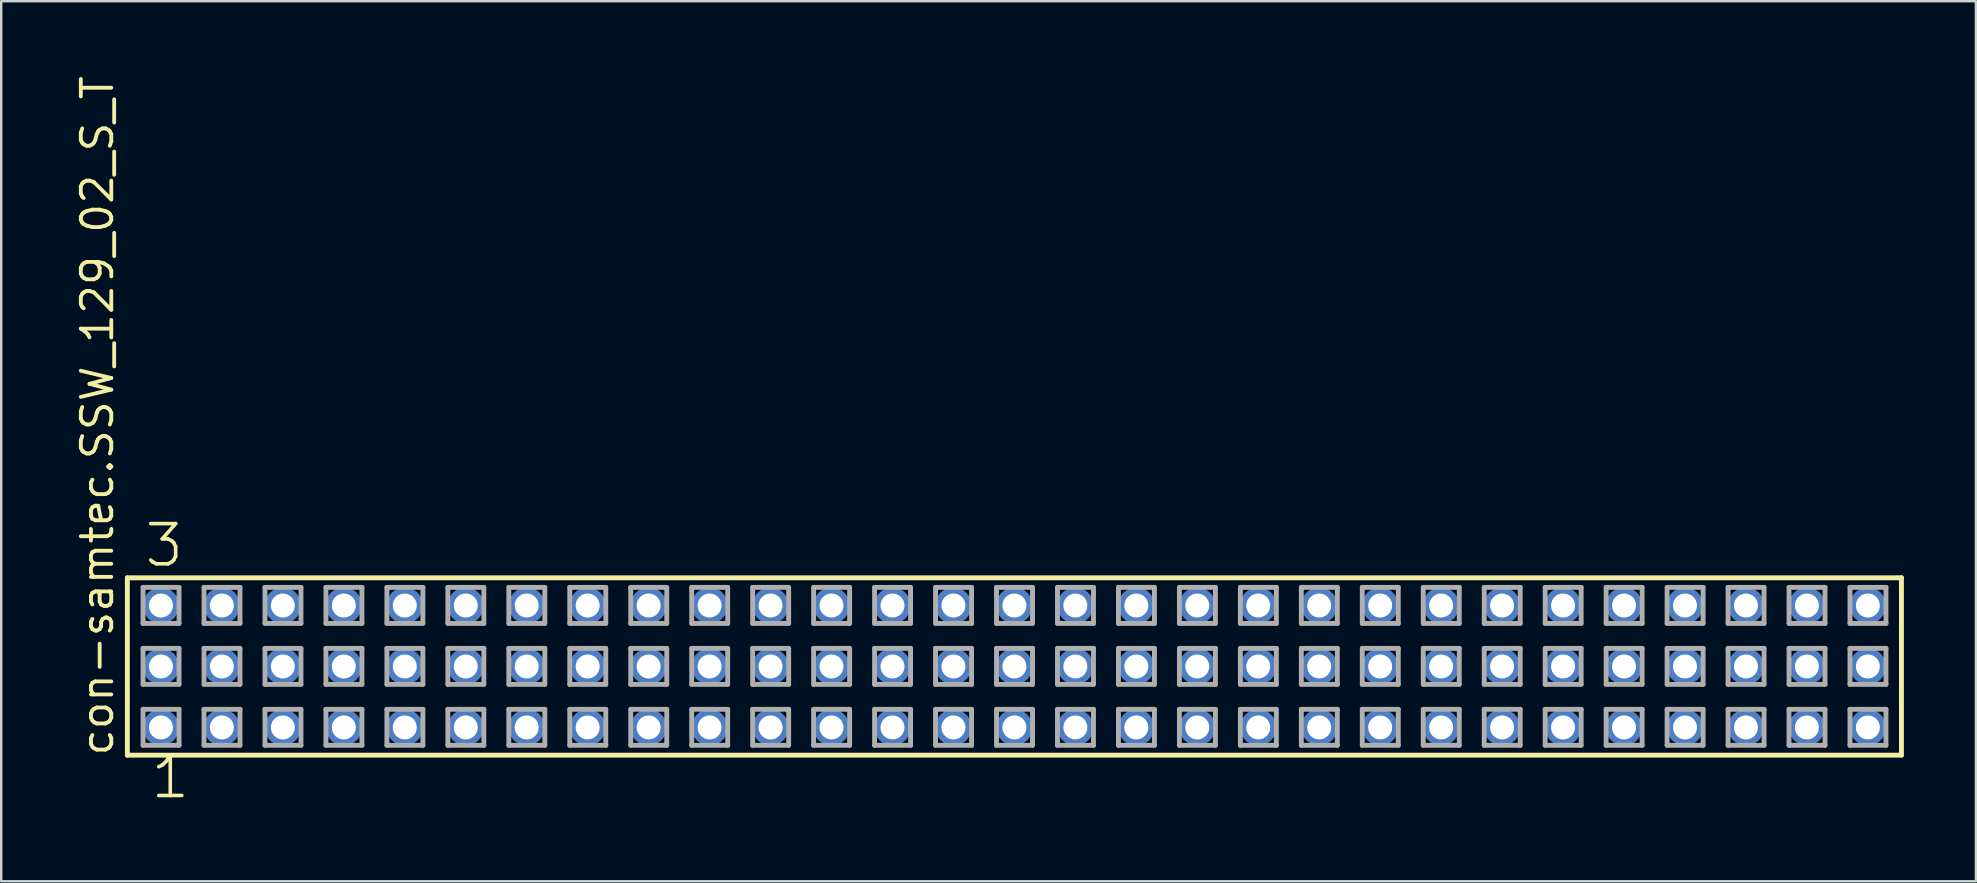
<source format=kicad_pcb>
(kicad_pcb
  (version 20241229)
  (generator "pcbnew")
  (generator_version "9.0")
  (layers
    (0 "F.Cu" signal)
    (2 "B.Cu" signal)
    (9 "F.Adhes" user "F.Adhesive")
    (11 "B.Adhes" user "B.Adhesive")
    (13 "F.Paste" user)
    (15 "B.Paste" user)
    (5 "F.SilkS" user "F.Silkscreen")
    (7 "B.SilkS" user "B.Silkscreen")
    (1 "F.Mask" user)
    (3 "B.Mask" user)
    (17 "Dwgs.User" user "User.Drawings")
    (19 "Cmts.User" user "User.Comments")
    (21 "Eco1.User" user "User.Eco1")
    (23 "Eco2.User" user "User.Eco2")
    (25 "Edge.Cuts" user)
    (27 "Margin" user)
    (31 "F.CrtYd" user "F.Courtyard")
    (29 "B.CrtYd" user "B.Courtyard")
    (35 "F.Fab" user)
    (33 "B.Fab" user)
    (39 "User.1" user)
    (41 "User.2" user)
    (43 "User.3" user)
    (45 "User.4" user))
  (footprint "con-samtec.SSW_129_02_S_T"
    (layer "F.Cu")
    (at 39.215 24.719)
    (property "Reference" "con-samtec.SSW_129_02_S_T" (at -37.465 3.81 90) (layer "F.SilkS") (effects (font (size 1.27 1.27) (thickness 0.16)) (justify left bottom)))
    (attr through_hole)
    (fp_line (start -36.959 -3.695) (end 36.959 -3.695) (stroke (width 0.203) (type default)) (layer "F.SilkS"))
    (fp_line (start -36.959 3.695) (end -36.959 -3.695) (stroke (width 0.203) (type default)) (layer "F.SilkS"))
    (fp_line (start 36.959 -3.695) (end 36.959 3.695) (stroke (width 0.203) (type default)) (layer "F.SilkS"))
    (fp_line (start 36.959 3.695) (end -36.959 3.695) (stroke (width 0.203) (type default)) (layer "F.SilkS"))
    (fp_line (start -36.305 -3.295) (end -34.805 -3.295) (stroke (width 0.203) (type default)) (layer "F.Fab"))
    (fp_line (start -36.305 -1.795) (end -36.305 -3.295) (stroke (width 0.203) (type default)) (layer "F.Fab"))
    (fp_line (start -36.305 -0.755) (end -34.805 -0.755) (stroke (width 0.203) (type default)) (layer "F.Fab"))
    (fp_line (start -36.305 0.745) (end -36.305 -0.755) (stroke (width 0.203) (type default)) (layer "F.Fab"))
    (fp_line (start -36.305 1.785) (end -34.805 1.785) (stroke (width 0.203) (type default)) (layer "F.Fab"))
    (fp_line (start -36.305 3.285) (end -36.305 1.785) (stroke (width 0.203) (type default)) (layer "F.Fab"))
    (fp_line (start -34.805 -3.295) (end -34.805 -1.795) (stroke (width 0.203) (type default)) (layer "F.Fab"))
    (fp_line (start -34.805 -1.795) (end -36.305 -1.795) (stroke (width 0.203) (type default)) (layer "F.Fab"))
    (fp_line (start -34.805 -0.755) (end -34.805 0.745) (stroke (width 0.203) (type default)) (layer "F.Fab"))
    (fp_line (start -34.805 0.745) (end -36.305 0.745) (stroke (width 0.203) (type default)) (layer "F.Fab"))
    (fp_line (start -34.805 1.785) (end -34.805 3.285) (stroke (width 0.203) (type default)) (layer "F.Fab"))
    (fp_line (start -34.805 3.285) (end -36.305 3.285) (stroke (width 0.203) (type default)) (layer "F.Fab"))
    (fp_line (start -33.765 -3.295) (end -32.265 -3.295) (stroke (width 0.203) (type default)) (layer "F.Fab"))
    (fp_line (start -33.765 -1.795) (end -33.765 -3.295) (stroke (width 0.203) (type default)) (layer "F.Fab"))
    (fp_line (start -33.765 -0.755) (end -32.265 -0.755) (stroke (width 0.203) (type default)) (layer "F.Fab"))
    (fp_line (start -33.765 0.745) (end -33.765 -0.755) (stroke (width 0.203) (type default)) (layer "F.Fab"))
    (fp_line (start -33.765 1.785) (end -32.265 1.785) (stroke (width 0.203) (type default)) (layer "F.Fab"))
    (fp_line (start -33.765 3.285) (end -33.765 1.785) (stroke (width 0.203) (type default)) (layer "F.Fab"))
    (fp_line (start -32.265 -3.295) (end -32.265 -1.795) (stroke (width 0.203) (type default)) (layer "F.Fab"))
    (fp_line (start -32.265 -1.795) (end -33.765 -1.795) (stroke (width 0.203) (type default)) (layer "F.Fab"))
    (fp_line (start -32.265 -0.755) (end -32.265 0.745) (stroke (width 0.203) (type default)) (layer "F.Fab"))
    (fp_line (start -32.265 0.745) (end -33.765 0.745) (stroke (width 0.203) (type default)) (layer "F.Fab"))
    (fp_line (start -32.265 1.785) (end -32.265 3.285) (stroke (width 0.203) (type default)) (layer "F.Fab"))
    (fp_line (start -32.265 3.285) (end -33.765 3.285) (stroke (width 0.203) (type default)) (layer "F.Fab"))
    (fp_line (start -31.225 -3.295) (end -29.725 -3.295) (stroke (width 0.203) (type default)) (layer "F.Fab"))
    (fp_line (start -31.225 -1.795) (end -31.225 -3.295) (stroke (width 0.203) (type default)) (layer "F.Fab"))
    (fp_line (start -31.225 -0.755) (end -29.725 -0.755) (stroke (width 0.203) (type default)) (layer "F.Fab"))
    (fp_line (start -31.225 0.745) (end -31.225 -0.755) (stroke (width 0.203) (type default)) (layer "F.Fab"))
    (fp_line (start -31.225 1.785) (end -29.725 1.785) (stroke (width 0.203) (type default)) (layer "F.Fab"))
    (fp_line (start -31.225 3.285) (end -31.225 1.785) (stroke (width 0.203) (type default)) (layer "F.Fab"))
    (fp_line (start -29.725 -3.295) (end -29.725 -1.795) (stroke (width 0.203) (type default)) (layer "F.Fab"))
    (fp_line (start -29.725 -1.795) (end -31.225 -1.795) (stroke (width 0.203) (type default)) (layer "F.Fab"))
    (fp_line (start -29.725 -0.755) (end -29.725 0.745) (stroke (width 0.203) (type default)) (layer "F.Fab"))
    (fp_line (start -29.725 0.745) (end -31.225 0.745) (stroke (width 0.203) (type default)) (layer "F.Fab"))
    (fp_line (start -29.725 1.785) (end -29.725 3.285) (stroke (width 0.203) (type default)) (layer "F.Fab"))
    (fp_line (start -29.725 3.285) (end -31.225 3.285) (stroke (width 0.203) (type default)) (layer "F.Fab"))
    (fp_line (start -28.685 -3.295) (end -27.185 -3.295) (stroke (width 0.203) (type default)) (layer "F.Fab"))
    (fp_line (start -28.685 -1.795) (end -28.685 -3.295) (stroke (width 0.203) (type default)) (layer "F.Fab"))
    (fp_line (start -28.685 -0.755) (end -27.185 -0.755) (stroke (width 0.203) (type default)) (layer "F.Fab"))
    (fp_line (start -28.685 0.745) (end -28.685 -0.755) (stroke (width 0.203) (type default)) (layer "F.Fab"))
    (fp_line (start -28.685 1.785) (end -27.185 1.785) (stroke (width 0.203) (type default)) (layer "F.Fab"))
    (fp_line (start -28.685 3.285) (end -28.685 1.785) (stroke (width 0.203) (type default)) (layer "F.Fab"))
    (fp_line (start -27.185 -3.295) (end -27.185 -1.795) (stroke (width 0.203) (type default)) (layer "F.Fab"))
    (fp_line (start -27.185 -1.795) (end -28.685 -1.795) (stroke (width 0.203) (type default)) (layer "F.Fab"))
    (fp_line (start -27.185 -0.755) (end -27.185 0.745) (stroke (width 0.203) (type default)) (layer "F.Fab"))
    (fp_line (start -27.185 0.745) (end -28.685 0.745) (stroke (width 0.203) (type default)) (layer "F.Fab"))
    (fp_line (start -27.185 1.785) (end -27.185 3.285) (stroke (width 0.203) (type default)) (layer "F.Fab"))
    (fp_line (start -27.185 3.285) (end -28.685 3.285) (stroke (width 0.203) (type default)) (layer "F.Fab"))
    (fp_line (start -26.145 -3.295) (end -24.645 -3.295) (stroke (width 0.203) (type default)) (layer "F.Fab"))
    (fp_line (start -26.145 -1.795) (end -26.145 -3.295) (stroke (width 0.203) (type default)) (layer "F.Fab"))
    (fp_line (start -26.145 -0.755) (end -24.645 -0.755) (stroke (width 0.203) (type default)) (layer "F.Fab"))
    (fp_line (start -26.145 0.745) (end -26.145 -0.755) (stroke (width 0.203) (type default)) (layer "F.Fab"))
    (fp_line (start -26.145 1.785) (end -24.645 1.785) (stroke (width 0.203) (type default)) (layer "F.Fab"))
    (fp_line (start -26.145 3.285) (end -26.145 1.785) (stroke (width 0.203) (type default)) (layer "F.Fab"))
    (fp_line (start -24.645 -3.295) (end -24.645 -1.795) (stroke (width 0.203) (type default)) (layer "F.Fab"))
    (fp_line (start -24.645 -1.795) (end -26.145 -1.795) (stroke (width 0.203) (type default)) (layer "F.Fab"))
    (fp_line (start -24.645 -0.755) (end -24.645 0.745) (stroke (width 0.203) (type default)) (layer "F.Fab"))
    (fp_line (start -24.645 0.745) (end -26.145 0.745) (stroke (width 0.203) (type default)) (layer "F.Fab"))
    (fp_line (start -24.645 1.785) (end -24.645 3.285) (stroke (width 0.203) (type default)) (layer "F.Fab"))
    (fp_line (start -24.645 3.285) (end -26.145 3.285) (stroke (width 0.203) (type default)) (layer "F.Fab"))
    (fp_line (start -23.605 -3.295) (end -22.105 -3.295) (stroke (width 0.203) (type default)) (layer "F.Fab"))
    (fp_line (start -23.605 -1.795) (end -23.605 -3.295) (stroke (width 0.203) (type default)) (layer "F.Fab"))
    (fp_line (start -23.605 -0.755) (end -22.105 -0.755) (stroke (width 0.203) (type default)) (layer "F.Fab"))
    (fp_line (start -23.605 0.745) (end -23.605 -0.755) (stroke (width 0.203) (type default)) (layer "F.Fab"))
    (fp_line (start -23.605 1.785) (end -22.105 1.785) (stroke (width 0.203) (type default)) (layer "F.Fab"))
    (fp_line (start -23.605 3.285) (end -23.605 1.785) (stroke (width 0.203) (type default)) (layer "F.Fab"))
    (fp_line (start -22.105 -3.295) (end -22.105 -1.795) (stroke (width 0.203) (type default)) (layer "F.Fab"))
    (fp_line (start -22.105 -1.795) (end -23.605 -1.795) (stroke (width 0.203) (type default)) (layer "F.Fab"))
    (fp_line (start -22.105 -0.755) (end -22.105 0.745) (stroke (width 0.203) (type default)) (layer "F.Fab"))
    (fp_line (start -22.105 0.745) (end -23.605 0.745) (stroke (width 0.203) (type default)) (layer "F.Fab"))
    (fp_line (start -22.105 1.785) (end -22.105 3.285) (stroke (width 0.203) (type default)) (layer "F.Fab"))
    (fp_line (start -22.105 3.285) (end -23.605 3.285) (stroke (width 0.203) (type default)) (layer "F.Fab"))
    (fp_line (start -21.065 -3.295) (end -19.565 -3.295) (stroke (width 0.203) (type default)) (layer "F.Fab"))
    (fp_line (start -21.065 -1.795) (end -21.065 -3.295) (stroke (width 0.203) (type default)) (layer "F.Fab"))
    (fp_line (start -21.065 -0.755) (end -19.565 -0.755) (stroke (width 0.203) (type default)) (layer "F.Fab"))
    (fp_line (start -21.065 0.745) (end -21.065 -0.755) (stroke (width 0.203) (type default)) (layer "F.Fab"))
    (fp_line (start -21.065 1.785) (end -19.565 1.785) (stroke (width 0.203) (type default)) (layer "F.Fab"))
    (fp_line (start -21.065 3.285) (end -21.065 1.785) (stroke (width 0.203) (type default)) (layer "F.Fab"))
    (fp_line (start -19.565 -3.295) (end -19.565 -1.795) (stroke (width 0.203) (type default)) (layer "F.Fab"))
    (fp_line (start -19.565 -1.795) (end -21.065 -1.795) (stroke (width 0.203) (type default)) (layer "F.Fab"))
    (fp_line (start -19.565 -0.755) (end -19.565 0.745) (stroke (width 0.203) (type default)) (layer "F.Fab"))
    (fp_line (start -19.565 0.745) (end -21.065 0.745) (stroke (width 0.203) (type default)) (layer "F.Fab"))
    (fp_line (start -19.565 1.785) (end -19.565 3.285) (stroke (width 0.203) (type default)) (layer "F.Fab"))
    (fp_line (start -19.565 3.285) (end -21.065 3.285) (stroke (width 0.203) (type default)) (layer "F.Fab"))
    (fp_line (start -18.525 -3.295) (end -17.025 -3.295) (stroke (width 0.203) (type default)) (layer "F.Fab"))
    (fp_line (start -18.525 -1.795) (end -18.525 -3.295) (stroke (width 0.203) (type default)) (layer "F.Fab"))
    (fp_line (start -18.525 -0.755) (end -17.025 -0.755) (stroke (width 0.203) (type default)) (layer "F.Fab"))
    (fp_line (start -18.525 0.745) (end -18.525 -0.755) (stroke (width 0.203) (type default)) (layer "F.Fab"))
    (fp_line (start -18.525 1.785) (end -17.025 1.785) (stroke (width 0.203) (type default)) (layer "F.Fab"))
    (fp_line (start -18.525 3.285) (end -18.525 1.785) (stroke (width 0.203) (type default)) (layer "F.Fab"))
    (fp_line (start -17.025 -3.295) (end -17.025 -1.795) (stroke (width 0.203) (type default)) (layer "F.Fab"))
    (fp_line (start -17.025 -1.795) (end -18.525 -1.795) (stroke (width 0.203) (type default)) (layer "F.Fab"))
    (fp_line (start -17.025 -0.755) (end -17.025 0.745) (stroke (width 0.203) (type default)) (layer "F.Fab"))
    (fp_line (start -17.025 0.745) (end -18.525 0.745) (stroke (width 0.203) (type default)) (layer "F.Fab"))
    (fp_line (start -17.025 1.785) (end -17.025 3.285) (stroke (width 0.203) (type default)) (layer "F.Fab"))
    (fp_line (start -17.025 3.285) (end -18.525 3.285) (stroke (width 0.203) (type default)) (layer "F.Fab"))
    (fp_line (start -15.985 -3.295) (end -14.485 -3.295) (stroke (width 0.203) (type default)) (layer "F.Fab"))
    (fp_line (start -15.985 -1.795) (end -15.985 -3.295) (stroke (width 0.203) (type default)) (layer "F.Fab"))
    (fp_line (start -15.985 -0.755) (end -14.485 -0.755) (stroke (width 0.203) (type default)) (layer "F.Fab"))
    (fp_line (start -15.985 0.745) (end -15.985 -0.755) (stroke (width 0.203) (type default)) (layer "F.Fab"))
    (fp_line (start -15.985 1.785) (end -14.485 1.785) (stroke (width 0.203) (type default)) (layer "F.Fab"))
    (fp_line (start -15.985 3.285) (end -15.985 1.785) (stroke (width 0.203) (type default)) (layer "F.Fab"))
    (fp_line (start -14.485 -3.295) (end -14.485 -1.795) (stroke (width 0.203) (type default)) (layer "F.Fab"))
    (fp_line (start -14.485 -1.795) (end -15.985 -1.795) (stroke (width 0.203) (type default)) (layer "F.Fab"))
    (fp_line (start -14.485 -0.755) (end -14.485 0.745) (stroke (width 0.203) (type default)) (layer "F.Fab"))
    (fp_line (start -14.485 0.745) (end -15.985 0.745) (stroke (width 0.203) (type default)) (layer "F.Fab"))
    (fp_line (start -14.485 1.785) (end -14.485 3.285) (stroke (width 0.203) (type default)) (layer "F.Fab"))
    (fp_line (start -14.485 3.285) (end -15.985 3.285) (stroke (width 0.203) (type default)) (layer "F.Fab"))
    (fp_line (start -13.445 -3.295) (end -11.945 -3.295) (stroke (width 0.203) (type default)) (layer "F.Fab"))
    (fp_line (start -13.445 -1.795) (end -13.445 -3.295) (stroke (width 0.203) (type default)) (layer "F.Fab"))
    (fp_line (start -13.445 -0.755) (end -11.945 -0.755) (stroke (width 0.203) (type default)) (layer "F.Fab"))
    (fp_line (start -13.445 0.745) (end -13.445 -0.755) (stroke (width 0.203) (type default)) (layer "F.Fab"))
    (fp_line (start -13.445 1.785) (end -11.945 1.785) (stroke (width 0.203) (type default)) (layer "F.Fab"))
    (fp_line (start -13.445 3.285) (end -13.445 1.785) (stroke (width 0.203) (type default)) (layer "F.Fab"))
    (fp_line (start -11.945 -3.295) (end -11.945 -1.795) (stroke (width 0.203) (type default)) (layer "F.Fab"))
    (fp_line (start -11.945 -1.795) (end -13.445 -1.795) (stroke (width 0.203) (type default)) (layer "F.Fab"))
    (fp_line (start -11.945 -0.755) (end -11.945 0.745) (stroke (width 0.203) (type default)) (layer "F.Fab"))
    (fp_line (start -11.945 0.745) (end -13.445 0.745) (stroke (width 0.203) (type default)) (layer "F.Fab"))
    (fp_line (start -11.945 1.785) (end -11.945 3.285) (stroke (width 0.203) (type default)) (layer "F.Fab"))
    (fp_line (start -11.945 3.285) (end -13.445 3.285) (stroke (width 0.203) (type default)) (layer "F.Fab"))
    (fp_line (start -10.905 -3.295) (end -9.405 -3.295) (stroke (width 0.203) (type default)) (layer "F.Fab"))
    (fp_line (start -10.905 -1.795) (end -10.905 -3.295) (stroke (width 0.203) (type default)) (layer "F.Fab"))
    (fp_line (start -10.905 -0.755) (end -9.405 -0.755) (stroke (width 0.203) (type default)) (layer "F.Fab"))
    (fp_line (start -10.905 0.745) (end -10.905 -0.755) (stroke (width 0.203) (type default)) (layer "F.Fab"))
    (fp_line (start -10.905 1.785) (end -9.405 1.785) (stroke (width 0.203) (type default)) (layer "F.Fab"))
    (fp_line (start -10.905 3.285) (end -10.905 1.785) (stroke (width 0.203) (type default)) (layer "F.Fab"))
    (fp_line (start -9.405 -3.295) (end -9.405 -1.795) (stroke (width 0.203) (type default)) (layer "F.Fab"))
    (fp_line (start -9.405 -1.795) (end -10.905 -1.795) (stroke (width 0.203) (type default)) (layer "F.Fab"))
    (fp_line (start -9.405 -0.755) (end -9.405 0.745) (stroke (width 0.203) (type default)) (layer "F.Fab"))
    (fp_line (start -9.405 0.745) (end -10.905 0.745) (stroke (width 0.203) (type default)) (layer "F.Fab"))
    (fp_line (start -9.405 1.785) (end -9.405 3.285) (stroke (width 0.203) (type default)) (layer "F.Fab"))
    (fp_line (start -9.405 3.285) (end -10.905 3.285) (stroke (width 0.203) (type default)) (layer "F.Fab"))
    (fp_line (start -8.365 -3.295) (end -6.865 -3.295) (stroke (width 0.203) (type default)) (layer "F.Fab"))
    (fp_line (start -8.365 -1.795) (end -8.365 -3.295) (stroke (width 0.203) (type default)) (layer "F.Fab"))
    (fp_line (start -8.365 -0.755) (end -6.865 -0.755) (stroke (width 0.203) (type default)) (layer "F.Fab"))
    (fp_line (start -8.365 0.745) (end -8.365 -0.755) (stroke (width 0.203) (type default)) (layer "F.Fab"))
    (fp_line (start -8.365 1.785) (end -6.865 1.785) (stroke (width 0.203) (type default)) (layer "F.Fab"))
    (fp_line (start -8.365 3.285) (end -8.365 1.785) (stroke (width 0.203) (type default)) (layer "F.Fab"))
    (fp_line (start -6.865 -3.295) (end -6.865 -1.795) (stroke (width 0.203) (type default)) (layer "F.Fab"))
    (fp_line (start -6.865 -1.795) (end -8.365 -1.795) (stroke (width 0.203) (type default)) (layer "F.Fab"))
    (fp_line (start -6.865 -0.755) (end -6.865 0.745) (stroke (width 0.203) (type default)) (layer "F.Fab"))
    (fp_line (start -6.865 0.745) (end -8.365 0.745) (stroke (width 0.203) (type default)) (layer "F.Fab"))
    (fp_line (start -6.865 1.785) (end -6.865 3.285) (stroke (width 0.203) (type default)) (layer "F.Fab"))
    (fp_line (start -6.865 3.285) (end -8.365 3.285) (stroke (width 0.203) (type default)) (layer "F.Fab"))
    (fp_line (start -5.825 -3.295) (end -4.325 -3.295) (stroke (width 0.203) (type default)) (layer "F.Fab"))
    (fp_line (start -5.825 -1.795) (end -5.825 -3.295) (stroke (width 0.203) (type default)) (layer "F.Fab"))
    (fp_line (start -5.825 -0.755) (end -4.325 -0.755) (stroke (width 0.203) (type default)) (layer "F.Fab"))
    (fp_line (start -5.825 0.745) (end -5.825 -0.755) (stroke (width 0.203) (type default)) (layer "F.Fab"))
    (fp_line (start -5.825 1.785) (end -4.325 1.785) (stroke (width 0.203) (type default)) (layer "F.Fab"))
    (fp_line (start -5.825 3.285) (end -5.825 1.785) (stroke (width 0.203) (type default)) (layer "F.Fab"))
    (fp_line (start -4.325 -3.295) (end -4.325 -1.795) (stroke (width 0.203) (type default)) (layer "F.Fab"))
    (fp_line (start -4.325 -1.795) (end -5.825 -1.795) (stroke (width 0.203) (type default)) (layer "F.Fab"))
    (fp_line (start -4.325 -0.755) (end -4.325 0.745) (stroke (width 0.203) (type default)) (layer "F.Fab"))
    (fp_line (start -4.325 0.745) (end -5.825 0.745) (stroke (width 0.203) (type default)) (layer "F.Fab"))
    (fp_line (start -4.325 1.785) (end -4.325 3.285) (stroke (width 0.203) (type default)) (layer "F.Fab"))
    (fp_line (start -4.325 3.285) (end -5.825 3.285) (stroke (width 0.203) (type default)) (layer "F.Fab"))
    (fp_line (start -3.285 -3.295) (end -1.785 -3.295) (stroke (width 0.203) (type default)) (layer "F.Fab"))
    (fp_line (start -3.285 -1.795) (end -3.285 -3.295) (stroke (width 0.203) (type default)) (layer "F.Fab"))
    (fp_line (start -3.285 -0.755) (end -1.785 -0.755) (stroke (width 0.203) (type default)) (layer "F.Fab"))
    (fp_line (start -3.285 0.745) (end -3.285 -0.755) (stroke (width 0.203) (type default)) (layer "F.Fab"))
    (fp_line (start -3.285 1.785) (end -1.785 1.785) (stroke (width 0.203) (type default)) (layer "F.Fab"))
    (fp_line (start -3.285 3.285) (end -3.285 1.785) (stroke (width 0.203) (type default)) (layer "F.Fab"))
    (fp_line (start -1.785 -3.295) (end -1.785 -1.795) (stroke (width 0.203) (type default)) (layer "F.Fab"))
    (fp_line (start -1.785 -1.795) (end -3.285 -1.795) (stroke (width 0.203) (type default)) (layer "F.Fab"))
    (fp_line (start -1.785 -0.755) (end -1.785 0.745) (stroke (width 0.203) (type default)) (layer "F.Fab"))
    (fp_line (start -1.785 0.745) (end -3.285 0.745) (stroke (width 0.203) (type default)) (layer "F.Fab"))
    (fp_line (start -1.785 1.785) (end -1.785 3.285) (stroke (width 0.203) (type default)) (layer "F.Fab"))
    (fp_line (start -1.785 3.285) (end -3.285 3.285) (stroke (width 0.203) (type default)) (layer "F.Fab"))
    (fp_line (start -0.745 -3.295) (end 0.755 -3.295) (stroke (width 0.203) (type default)) (layer "F.Fab"))
    (fp_line (start -0.745 -1.795) (end -0.745 -3.295) (stroke (width 0.203) (type default)) (layer "F.Fab"))
    (fp_line (start -0.745 -0.755) (end 0.755 -0.755) (stroke (width 0.203) (type default)) (layer "F.Fab"))
    (fp_line (start -0.745 0.745) (end -0.745 -0.755) (stroke (width 0.203) (type default)) (layer "F.Fab"))
    (fp_line (start -0.745 1.785) (end 0.755 1.785) (stroke (width 0.203) (type default)) (layer "F.Fab"))
    (fp_line (start -0.745 3.285) (end -0.745 1.785) (stroke (width 0.203) (type default)) (layer "F.Fab"))
    (fp_line (start 0.755 -3.295) (end 0.755 -1.795) (stroke (width 0.203) (type default)) (layer "F.Fab"))
    (fp_line (start 0.755 -1.795) (end -0.745 -1.795) (stroke (width 0.203) (type default)) (layer "F.Fab"))
    (fp_line (start 0.755 -0.755) (end 0.755 0.745) (stroke (width 0.203) (type default)) (layer "F.Fab"))
    (fp_line (start 0.755 0.745) (end -0.745 0.745) (stroke (width 0.203) (type default)) (layer "F.Fab"))
    (fp_line (start 0.755 1.785) (end 0.755 3.285) (stroke (width 0.203) (type default)) (layer "F.Fab"))
    (fp_line (start 0.755 3.285) (end -0.745 3.285) (stroke (width 0.203) (type default)) (layer "F.Fab"))
    (fp_line (start 1.795 -3.295) (end 3.295 -3.295) (stroke (width 0.203) (type default)) (layer "F.Fab"))
    (fp_line (start 1.795 -1.795) (end 1.795 -3.295) (stroke (width 0.203) (type default)) (layer "F.Fab"))
    (fp_line (start 1.795 -0.755) (end 3.295 -0.755) (stroke (width 0.203) (type default)) (layer "F.Fab"))
    (fp_line (start 1.795 0.745) (end 1.795 -0.755) (stroke (width 0.203) (type default)) (layer "F.Fab"))
    (fp_line (start 1.795 1.785) (end 3.295 1.785) (stroke (width 0.203) (type default)) (layer "F.Fab"))
    (fp_line (start 1.795 3.285) (end 1.795 1.785) (stroke (width 0.203) (type default)) (layer "F.Fab"))
    (fp_line (start 3.295 -3.295) (end 3.295 -1.795) (stroke (width 0.203) (type default)) (layer "F.Fab"))
    (fp_line (start 3.295 -1.795) (end 1.795 -1.795) (stroke (width 0.203) (type default)) (layer "F.Fab"))
    (fp_line (start 3.295 -0.755) (end 3.295 0.745) (stroke (width 0.203) (type default)) (layer "F.Fab"))
    (fp_line (start 3.295 0.745) (end 1.795 0.745) (stroke (width 0.203) (type default)) (layer "F.Fab"))
    (fp_line (start 3.295 1.785) (end 3.295 3.285) (stroke (width 0.203) (type default)) (layer "F.Fab"))
    (fp_line (start 3.295 3.285) (end 1.795 3.285) (stroke (width 0.203) (type default)) (layer "F.Fab"))
    (fp_line (start 4.335 -3.295) (end 5.835 -3.295) (stroke (width 0.203) (type default)) (layer "F.Fab"))
    (fp_line (start 4.335 -1.795) (end 4.335 -3.295) (stroke (width 0.203) (type default)) (layer "F.Fab"))
    (fp_line (start 4.335 -0.755) (end 5.835 -0.755) (stroke (width 0.203) (type default)) (layer "F.Fab"))
    (fp_line (start 4.335 0.745) (end 4.335 -0.755) (stroke (width 0.203) (type default)) (layer "F.Fab"))
    (fp_line (start 4.335 1.785) (end 5.835 1.785) (stroke (width 0.203) (type default)) (layer "F.Fab"))
    (fp_line (start 4.335 3.285) (end 4.335 1.785) (stroke (width 0.203) (type default)) (layer "F.Fab"))
    (fp_line (start 5.835 -3.295) (end 5.835 -1.795) (stroke (width 0.203) (type default)) (layer "F.Fab"))
    (fp_line (start 5.835 -1.795) (end 4.335 -1.795) (stroke (width 0.203) (type default)) (layer "F.Fab"))
    (fp_line (start 5.835 -0.755) (end 5.835 0.745) (stroke (width 0.203) (type default)) (layer "F.Fab"))
    (fp_line (start 5.835 0.745) (end 4.335 0.745) (stroke (width 0.203) (type default)) (layer "F.Fab"))
    (fp_line (start 5.835 1.785) (end 5.835 3.285) (stroke (width 0.203) (type default)) (layer "F.Fab"))
    (fp_line (start 5.835 3.285) (end 4.335 3.285) (stroke (width 0.203) (type default)) (layer "F.Fab"))
    (fp_line (start 6.875 -3.295) (end 8.375 -3.295) (stroke (width 0.203) (type default)) (layer "F.Fab"))
    (fp_line (start 6.875 -1.795) (end 6.875 -3.295) (stroke (width 0.203) (type default)) (layer "F.Fab"))
    (fp_line (start 6.875 -0.755) (end 8.375 -0.755) (stroke (width 0.203) (type default)) (layer "F.Fab"))
    (fp_line (start 6.875 0.745) (end 6.875 -0.755) (stroke (width 0.203) (type default)) (layer "F.Fab"))
    (fp_line (start 6.875 1.785) (end 8.375 1.785) (stroke (width 0.203) (type default)) (layer "F.Fab"))
    (fp_line (start 6.875 3.285) (end 6.875 1.785) (stroke (width 0.203) (type default)) (layer "F.Fab"))
    (fp_line (start 8.375 -3.295) (end 8.375 -1.795) (stroke (width 0.203) (type default)) (layer "F.Fab"))
    (fp_line (start 8.375 -1.795) (end 6.875 -1.795) (stroke (width 0.203) (type default)) (layer "F.Fab"))
    (fp_line (start 8.375 -0.755) (end 8.375 0.745) (stroke (width 0.203) (type default)) (layer "F.Fab"))
    (fp_line (start 8.375 0.745) (end 6.875 0.745) (stroke (width 0.203) (type default)) (layer "F.Fab"))
    (fp_line (start 8.375 1.785) (end 8.375 3.285) (stroke (width 0.203) (type default)) (layer "F.Fab"))
    (fp_line (start 8.375 3.285) (end 6.875 3.285) (stroke (width 0.203) (type default)) (layer "F.Fab"))
    (fp_line (start 9.415 -3.295) (end 10.915 -3.295) (stroke (width 0.203) (type default)) (layer "F.Fab"))
    (fp_line (start 9.415 -1.795) (end 9.415 -3.295) (stroke (width 0.203) (type default)) (layer "F.Fab"))
    (fp_line (start 9.415 -0.755) (end 10.915 -0.755) (stroke (width 0.203) (type default)) (layer "F.Fab"))
    (fp_line (start 9.415 0.745) (end 9.415 -0.755) (stroke (width 0.203) (type default)) (layer "F.Fab"))
    (fp_line (start 9.415 1.785) (end 10.915 1.785) (stroke (width 0.203) (type default)) (layer "F.Fab"))
    (fp_line (start 9.415 3.285) (end 9.415 1.785) (stroke (width 0.203) (type default)) (layer "F.Fab"))
    (fp_line (start 10.915 -3.295) (end 10.915 -1.795) (stroke (width 0.203) (type default)) (layer "F.Fab"))
    (fp_line (start 10.915 -1.795) (end 9.415 -1.795) (stroke (width 0.203) (type default)) (layer "F.Fab"))
    (fp_line (start 10.915 -0.755) (end 10.915 0.745) (stroke (width 0.203) (type default)) (layer "F.Fab"))
    (fp_line (start 10.915 0.745) (end 9.415 0.745) (stroke (width 0.203) (type default)) (layer "F.Fab"))
    (fp_line (start 10.915 1.785) (end 10.915 3.285) (stroke (width 0.203) (type default)) (layer "F.Fab"))
    (fp_line (start 10.915 3.285) (end 9.415 3.285) (stroke (width 0.203) (type default)) (layer "F.Fab"))
    (fp_line (start 11.955 -3.295) (end 13.455 -3.295) (stroke (width 0.203) (type default)) (layer "F.Fab"))
    (fp_line (start 11.955 -1.795) (end 11.955 -3.295) (stroke (width 0.203) (type default)) (layer "F.Fab"))
    (fp_line (start 11.955 -0.755) (end 13.455 -0.755) (stroke (width 0.203) (type default)) (layer "F.Fab"))
    (fp_line (start 11.955 0.745) (end 11.955 -0.755) (stroke (width 0.203) (type default)) (layer "F.Fab"))
    (fp_line (start 11.955 1.785) (end 13.455 1.785) (stroke (width 0.203) (type default)) (layer "F.Fab"))
    (fp_line (start 11.955 3.285) (end 11.955 1.785) (stroke (width 0.203) (type default)) (layer "F.Fab"))
    (fp_line (start 13.455 -3.295) (end 13.455 -1.795) (stroke (width 0.203) (type default)) (layer "F.Fab"))
    (fp_line (start 13.455 -1.795) (end 11.955 -1.795) (stroke (width 0.203) (type default)) (layer "F.Fab"))
    (fp_line (start 13.455 -0.755) (end 13.455 0.745) (stroke (width 0.203) (type default)) (layer "F.Fab"))
    (fp_line (start 13.455 0.745) (end 11.955 0.745) (stroke (width 0.203) (type default)) (layer "F.Fab"))
    (fp_line (start 13.455 1.785) (end 13.455 3.285) (stroke (width 0.203) (type default)) (layer "F.Fab"))
    (fp_line (start 13.455 3.285) (end 11.955 3.285) (stroke (width 0.203) (type default)) (layer "F.Fab"))
    (fp_line (start 14.495 -3.295) (end 15.995 -3.295) (stroke (width 0.203) (type default)) (layer "F.Fab"))
    (fp_line (start 14.495 -1.795) (end 14.495 -3.295) (stroke (width 0.203) (type default)) (layer "F.Fab"))
    (fp_line (start 14.495 -0.755) (end 15.995 -0.755) (stroke (width 0.203) (type default)) (layer "F.Fab"))
    (fp_line (start 14.495 0.745) (end 14.495 -0.755) (stroke (width 0.203) (type default)) (layer "F.Fab"))
    (fp_line (start 14.495 1.785) (end 15.995 1.785) (stroke (width 0.203) (type default)) (layer "F.Fab"))
    (fp_line (start 14.495 3.285) (end 14.495 1.785) (stroke (width 0.203) (type default)) (layer "F.Fab"))
    (fp_line (start 15.995 -3.295) (end 15.995 -1.795) (stroke (width 0.203) (type default)) (layer "F.Fab"))
    (fp_line (start 15.995 -1.795) (end 14.495 -1.795) (stroke (width 0.203) (type default)) (layer "F.Fab"))
    (fp_line (start 15.995 -0.755) (end 15.995 0.745) (stroke (width 0.203) (type default)) (layer "F.Fab"))
    (fp_line (start 15.995 0.745) (end 14.495 0.745) (stroke (width 0.203) (type default)) (layer "F.Fab"))
    (fp_line (start 15.995 1.785) (end 15.995 3.285) (stroke (width 0.203) (type default)) (layer "F.Fab"))
    (fp_line (start 15.995 3.285) (end 14.495 3.285) (stroke (width 0.203) (type default)) (layer "F.Fab"))
    (fp_line (start 17.035 -3.295) (end 18.535 -3.295) (stroke (width 0.203) (type default)) (layer "F.Fab"))
    (fp_line (start 17.035 -1.795) (end 17.035 -3.295) (stroke (width 0.203) (type default)) (layer "F.Fab"))
    (fp_line (start 17.035 -0.755) (end 18.535 -0.755) (stroke (width 0.203) (type default)) (layer "F.Fab"))
    (fp_line (start 17.035 0.745) (end 17.035 -0.755) (stroke (width 0.203) (type default)) (layer "F.Fab"))
    (fp_line (start 17.035 1.785) (end 18.535 1.785) (stroke (width 0.203) (type default)) (layer "F.Fab"))
    (fp_line (start 17.035 3.285) (end 17.035 1.785) (stroke (width 0.203) (type default)) (layer "F.Fab"))
    (fp_line (start 18.535 -3.295) (end 18.535 -1.795) (stroke (width 0.203) (type default)) (layer "F.Fab"))
    (fp_line (start 18.535 -1.795) (end 17.035 -1.795) (stroke (width 0.203) (type default)) (layer "F.Fab"))
    (fp_line (start 18.535 -0.755) (end 18.535 0.745) (stroke (width 0.203) (type default)) (layer "F.Fab"))
    (fp_line (start 18.535 0.745) (end 17.035 0.745) (stroke (width 0.203) (type default)) (layer "F.Fab"))
    (fp_line (start 18.535 1.785) (end 18.535 3.285) (stroke (width 0.203) (type default)) (layer "F.Fab"))
    (fp_line (start 18.535 3.285) (end 17.035 3.285) (stroke (width 0.203) (type default)) (layer "F.Fab"))
    (fp_line (start 19.575 -3.295) (end 21.075 -3.295) (stroke (width 0.203) (type default)) (layer "F.Fab"))
    (fp_line (start 19.575 -1.795) (end 19.575 -3.295) (stroke (width 0.203) (type default)) (layer "F.Fab"))
    (fp_line (start 19.575 -0.755) (end 21.075 -0.755) (stroke (width 0.203) (type default)) (layer "F.Fab"))
    (fp_line (start 19.575 0.745) (end 19.575 -0.755) (stroke (width 0.203) (type default)) (layer "F.Fab"))
    (fp_line (start 19.575 1.785) (end 21.075 1.785) (stroke (width 0.203) (type default)) (layer "F.Fab"))
    (fp_line (start 19.575 3.285) (end 19.575 1.785) (stroke (width 0.203) (type default)) (layer "F.Fab"))
    (fp_line (start 21.075 -3.295) (end 21.075 -1.795) (stroke (width 0.203) (type default)) (layer "F.Fab"))
    (fp_line (start 21.075 -1.795) (end 19.575 -1.795) (stroke (width 0.203) (type default)) (layer "F.Fab"))
    (fp_line (start 21.075 -0.755) (end 21.075 0.745) (stroke (width 0.203) (type default)) (layer "F.Fab"))
    (fp_line (start 21.075 0.745) (end 19.575 0.745) (stroke (width 0.203) (type default)) (layer "F.Fab"))
    (fp_line (start 21.075 1.785) (end 21.075 3.285) (stroke (width 0.203) (type default)) (layer "F.Fab"))
    (fp_line (start 21.075 3.285) (end 19.575 3.285) (stroke (width 0.203) (type default)) (layer "F.Fab"))
    (fp_line (start 22.115 -3.295) (end 23.615 -3.295) (stroke (width 0.203) (type default)) (layer "F.Fab"))
    (fp_line (start 22.115 -1.795) (end 22.115 -3.295) (stroke (width 0.203) (type default)) (layer "F.Fab"))
    (fp_line (start 22.115 -0.755) (end 23.615 -0.755) (stroke (width 0.203) (type default)) (layer "F.Fab"))
    (fp_line (start 22.115 0.745) (end 22.115 -0.755) (stroke (width 0.203) (type default)) (layer "F.Fab"))
    (fp_line (start 22.115 1.785) (end 23.615 1.785) (stroke (width 0.203) (type default)) (layer "F.Fab"))
    (fp_line (start 22.115 3.285) (end 22.115 1.785) (stroke (width 0.203) (type default)) (layer "F.Fab"))
    (fp_line (start 23.615 -3.295) (end 23.615 -1.795) (stroke (width 0.203) (type default)) (layer "F.Fab"))
    (fp_line (start 23.615 -1.795) (end 22.115 -1.795) (stroke (width 0.203) (type default)) (layer "F.Fab"))
    (fp_line (start 23.615 -0.755) (end 23.615 0.745) (stroke (width 0.203) (type default)) (layer "F.Fab"))
    (fp_line (start 23.615 0.745) (end 22.115 0.745) (stroke (width 0.203) (type default)) (layer "F.Fab"))
    (fp_line (start 23.615 1.785) (end 23.615 3.285) (stroke (width 0.203) (type default)) (layer "F.Fab"))
    (fp_line (start 23.615 3.285) (end 22.115 3.285) (stroke (width 0.203) (type default)) (layer "F.Fab"))
    (fp_line (start 24.655 -3.295) (end 26.155 -3.295) (stroke (width 0.203) (type default)) (layer "F.Fab"))
    (fp_line (start 24.655 -1.795) (end 24.655 -3.295) (stroke (width 0.203) (type default)) (layer "F.Fab"))
    (fp_line (start 24.655 -0.755) (end 26.155 -0.755) (stroke (width 0.203) (type default)) (layer "F.Fab"))
    (fp_line (start 24.655 0.745) (end 24.655 -0.755) (stroke (width 0.203) (type default)) (layer "F.Fab"))
    (fp_line (start 24.655 1.785) (end 26.155 1.785) (stroke (width 0.203) (type default)) (layer "F.Fab"))
    (fp_line (start 24.655 3.285) (end 24.655 1.785) (stroke (width 0.203) (type default)) (layer "F.Fab"))
    (fp_line (start 26.155 -3.295) (end 26.155 -1.795) (stroke (width 0.203) (type default)) (layer "F.Fab"))
    (fp_line (start 26.155 -1.795) (end 24.655 -1.795) (stroke (width 0.203) (type default)) (layer "F.Fab"))
    (fp_line (start 26.155 -0.755) (end 26.155 0.745) (stroke (width 0.203) (type default)) (layer "F.Fab"))
    (fp_line (start 26.155 0.745) (end 24.655 0.745) (stroke (width 0.203) (type default)) (layer "F.Fab"))
    (fp_line (start 26.155 1.785) (end 26.155 3.285) (stroke (width 0.203) (type default)) (layer "F.Fab"))
    (fp_line (start 26.155 3.285) (end 24.655 3.285) (stroke (width 0.203) (type default)) (layer "F.Fab"))
    (fp_line (start 27.195 -3.295) (end 28.695 -3.295) (stroke (width 0.203) (type default)) (layer "F.Fab"))
    (fp_line (start 27.195 -1.795) (end 27.195 -3.295) (stroke (width 0.203) (type default)) (layer "F.Fab"))
    (fp_line (start 27.195 -0.755) (end 28.695 -0.755) (stroke (width 0.203) (type default)) (layer "F.Fab"))
    (fp_line (start 27.195 0.745) (end 27.195 -0.755) (stroke (width 0.203) (type default)) (layer "F.Fab"))
    (fp_line (start 27.195 1.785) (end 28.695 1.785) (stroke (width 0.203) (type default)) (layer "F.Fab"))
    (fp_line (start 27.195 3.285) (end 27.195 1.785) (stroke (width 0.203) (type default)) (layer "F.Fab"))
    (fp_line (start 28.695 -3.295) (end 28.695 -1.795) (stroke (width 0.203) (type default)) (layer "F.Fab"))
    (fp_line (start 28.695 -1.795) (end 27.195 -1.795) (stroke (width 0.203) (type default)) (layer "F.Fab"))
    (fp_line (start 28.695 -0.755) (end 28.695 0.745) (stroke (width 0.203) (type default)) (layer "F.Fab"))
    (fp_line (start 28.695 0.745) (end 27.195 0.745) (stroke (width 0.203) (type default)) (layer "F.Fab"))
    (fp_line (start 28.695 1.785) (end 28.695 3.285) (stroke (width 0.203) (type default)) (layer "F.Fab"))
    (fp_line (start 28.695 3.285) (end 27.195 3.285) (stroke (width 0.203) (type default)) (layer "F.Fab"))
    (fp_line (start 29.735 -3.295) (end 31.235 -3.295) (stroke (width 0.203) (type default)) (layer "F.Fab"))
    (fp_line (start 29.735 -1.795) (end 29.735 -3.295) (stroke (width 0.203) (type default)) (layer "F.Fab"))
    (fp_line (start 29.735 -0.755) (end 31.235 -0.755) (stroke (width 0.203) (type default)) (layer "F.Fab"))
    (fp_line (start 29.735 0.745) (end 29.735 -0.755) (stroke (width 0.203) (type default)) (layer "F.Fab"))
    (fp_line (start 29.735 1.785) (end 31.235 1.785) (stroke (width 0.203) (type default)) (layer "F.Fab"))
    (fp_line (start 29.735 3.285) (end 29.735 1.785) (stroke (width 0.203) (type default)) (layer "F.Fab"))
    (fp_line (start 31.235 -3.295) (end 31.235 -1.795) (stroke (width 0.203) (type default)) (layer "F.Fab"))
    (fp_line (start 31.235 -1.795) (end 29.735 -1.795) (stroke (width 0.203) (type default)) (layer "F.Fab"))
    (fp_line (start 31.235 -0.755) (end 31.235 0.745) (stroke (width 0.203) (type default)) (layer "F.Fab"))
    (fp_line (start 31.235 0.745) (end 29.735 0.745) (stroke (width 0.203) (type default)) (layer "F.Fab"))
    (fp_line (start 31.235 1.785) (end 31.235 3.285) (stroke (width 0.203) (type default)) (layer "F.Fab"))
    (fp_line (start 31.235 3.285) (end 29.735 3.285) (stroke (width 0.203) (type default)) (layer "F.Fab"))
    (fp_line (start 32.275 -3.295) (end 33.775 -3.295) (stroke (width 0.203) (type default)) (layer "F.Fab"))
    (fp_line (start 32.275 -1.795) (end 32.275 -3.295) (stroke (width 0.203) (type default)) (layer "F.Fab"))
    (fp_line (start 32.275 -0.755) (end 33.775 -0.755) (stroke (width 0.203) (type default)) (layer "F.Fab"))
    (fp_line (start 32.275 0.745) (end 32.275 -0.755) (stroke (width 0.203) (type default)) (layer "F.Fab"))
    (fp_line (start 32.275 1.785) (end 33.775 1.785) (stroke (width 0.203) (type default)) (layer "F.Fab"))
    (fp_line (start 32.275 3.285) (end 32.275 1.785) (stroke (width 0.203) (type default)) (layer "F.Fab"))
    (fp_line (start 33.775 -3.295) (end 33.775 -1.795) (stroke (width 0.203) (type default)) (layer "F.Fab"))
    (fp_line (start 33.775 -1.795) (end 32.275 -1.795) (stroke (width 0.203) (type default)) (layer "F.Fab"))
    (fp_line (start 33.775 -0.755) (end 33.775 0.745) (stroke (width 0.203) (type default)) (layer "F.Fab"))
    (fp_line (start 33.775 0.745) (end 32.275 0.745) (stroke (width 0.203) (type default)) (layer "F.Fab"))
    (fp_line (start 33.775 1.785) (end 33.775 3.285) (stroke (width 0.203) (type default)) (layer "F.Fab"))
    (fp_line (start 33.775 3.285) (end 32.275 3.285) (stroke (width 0.203) (type default)) (layer "F.Fab"))
    (fp_line (start 34.815 -3.295) (end 36.315 -3.295) (stroke (width 0.203) (type default)) (layer "F.Fab"))
    (fp_line (start 34.815 -1.795) (end 34.815 -3.295) (stroke (width 0.203) (type default)) (layer "F.Fab"))
    (fp_line (start 34.815 -0.755) (end 36.315 -0.755) (stroke (width 0.203) (type default)) (layer "F.Fab"))
    (fp_line (start 34.815 0.745) (end 34.815 -0.755) (stroke (width 0.203) (type default)) (layer "F.Fab"))
    (fp_line (start 34.815 1.785) (end 36.315 1.785) (stroke (width 0.203) (type default)) (layer "F.Fab"))
    (fp_line (start 34.815 3.285) (end 34.815 1.785) (stroke (width 0.203) (type default)) (layer "F.Fab"))
    (fp_line (start 36.315 -3.295) (end 36.315 -1.795) (stroke (width 0.203) (type default)) (layer "F.Fab"))
    (fp_line (start 36.315 -1.795) (end 34.815 -1.795) (stroke (width 0.203) (type default)) (layer "F.Fab"))
    (fp_line (start 36.315 -0.755) (end 36.315 0.745) (stroke (width 0.203) (type default)) (layer "F.Fab"))
    (fp_line (start 36.315 0.745) (end 34.815 0.745) (stroke (width 0.203) (type default)) (layer "F.Fab"))
    (fp_line (start 36.315 1.785) (end 36.315 3.285) (stroke (width 0.203) (type default)) (layer "F.Fab"))
    (fp_line (start 36.315 3.285) (end 34.815 3.285) (stroke (width 0.203) (type default)) (layer "F.Fab"))
    (fp_text user "3" (at -36.322 -4.064 0) (layer "F.SilkS") (effects (font (size 1.676 1.676) (thickness 0.15)) (justify left bottom)))
    (fp_text user "1" (at -36.068 5.588 0) (layer "F.SilkS") (effects (font (size 1.676 1.676) (thickness 0.15)) (justify left bottom)))
    (pad "1" thru_hole circle (at -35.56 2.54) (size 1.5 1.5) (drill 1) (layers "*.Cu" "*.Mask"))
    (pad "2" thru_hole circle (at -35.56 0) (size 1.5 1.5) (drill 1) (layers "*.Cu" "*.Mask"))
    (pad "3" thru_hole circle (at -35.56 -2.54) (size 1.5 1.5) (drill 1) (layers "*.Cu" "*.Mask"))
    (pad "4" thru_hole circle (at -33.02 2.54) (size 1.5 1.5) (drill 1) (layers "*.Cu" "*.Mask"))
    (pad "5" thru_hole circle (at -33.02 0) (size 1.5 1.5) (drill 1) (layers "*.Cu" "*.Mask"))
    (pad "6" thru_hole circle (at -33.02 -2.54) (size 1.5 1.5) (drill 1) (layers "*.Cu" "*.Mask"))
    (pad "7" thru_hole circle (at -30.48 2.54) (size 1.5 1.5) (drill 1) (layers "*.Cu" "*.Mask"))
    (pad "8" thru_hole circle (at -30.48 0) (size 1.5 1.5) (drill 1) (layers "*.Cu" "*.Mask"))
    (pad "9" thru_hole circle (at -30.48 -2.54) (size 1.5 1.5) (drill 1) (layers "*.Cu" "*.Mask"))
    (pad "10" thru_hole circle (at -27.94 2.54) (size 1.5 1.5) (drill 1) (layers "*.Cu" "*.Mask"))
    (pad "11" thru_hole circle (at -27.94 0) (size 1.5 1.5) (drill 1) (layers "*.Cu" "*.Mask"))
    (pad "12" thru_hole circle (at -27.94 -2.54) (size 1.5 1.5) (drill 1) (layers "*.Cu" "*.Mask"))
    (pad "13" thru_hole circle (at -25.4 2.54) (size 1.5 1.5) (drill 1) (layers "*.Cu" "*.Mask"))
    (pad "14" thru_hole circle (at -25.4 0) (size 1.5 1.5) (drill 1) (layers "*.Cu" "*.Mask"))
    (pad "15" thru_hole circle (at -25.4 -2.54) (size 1.5 1.5) (drill 1) (layers "*.Cu" "*.Mask"))
    (pad "16" thru_hole circle (at -22.86 2.54) (size 1.5 1.5) (drill 1) (layers "*.Cu" "*.Mask"))
    (pad "17" thru_hole circle (at -22.86 0) (size 1.5 1.5) (drill 1) (layers "*.Cu" "*.Mask"))
    (pad "18" thru_hole circle (at -22.86 -2.54) (size 1.5 1.5) (drill 1) (layers "*.Cu" "*.Mask"))
    (pad "19" thru_hole circle (at -20.32 2.54) (size 1.5 1.5) (drill 1) (layers "*.Cu" "*.Mask"))
    (pad "20" thru_hole circle (at -20.32 0) (size 1.5 1.5) (drill 1) (layers "*.Cu" "*.Mask"))
    (pad "21" thru_hole circle (at -20.32 -2.54) (size 1.5 1.5) (drill 1) (layers "*.Cu" "*.Mask"))
    (pad "22" thru_hole circle (at -17.78 2.54) (size 1.5 1.5) (drill 1) (layers "*.Cu" "*.Mask"))
    (pad "23" thru_hole circle (at -17.78 0) (size 1.5 1.5) (drill 1) (layers "*.Cu" "*.Mask"))
    (pad "24" thru_hole circle (at -17.78 -2.54) (size 1.5 1.5) (drill 1) (layers "*.Cu" "*.Mask"))
    (pad "25" thru_hole circle (at -15.24 2.54) (size 1.5 1.5) (drill 1) (layers "*.Cu" "*.Mask"))
    (pad "26" thru_hole circle (at -15.24 0) (size 1.5 1.5) (drill 1) (layers "*.Cu" "*.Mask"))
    (pad "27" thru_hole circle (at -15.24 -2.54) (size 1.5 1.5) (drill 1) (layers "*.Cu" "*.Mask"))
    (pad "28" thru_hole circle (at -12.7 2.54) (size 1.5 1.5) (drill 1) (layers "*.Cu" "*.Mask"))
    (pad "29" thru_hole circle (at -12.7 0) (size 1.5 1.5) (drill 1) (layers "*.Cu" "*.Mask"))
    (pad "30" thru_hole circle (at -12.7 -2.54) (size 1.5 1.5) (drill 1) (layers "*.Cu" "*.Mask"))
    (pad "31" thru_hole circle (at -10.16 2.54) (size 1.5 1.5) (drill 1) (layers "*.Cu" "*.Mask"))
    (pad "32" thru_hole circle (at -10.16 0) (size 1.5 1.5) (drill 1) (layers "*.Cu" "*.Mask"))
    (pad "33" thru_hole circle (at -10.16 -2.54) (size 1.5 1.5) (drill 1) (layers "*.Cu" "*.Mask"))
    (pad "34" thru_hole circle (at -7.62 2.54) (size 1.5 1.5) (drill 1) (layers "*.Cu" "*.Mask"))
    (pad "35" thru_hole circle (at -7.62 0) (size 1.5 1.5) (drill 1) (layers "*.Cu" "*.Mask"))
    (pad "36" thru_hole circle (at -7.62 -2.54) (size 1.5 1.5) (drill 1) (layers "*.Cu" "*.Mask"))
    (pad "37" thru_hole circle (at -5.08 2.54) (size 1.5 1.5) (drill 1) (layers "*.Cu" "*.Mask"))
    (pad "38" thru_hole circle (at -5.08 0) (size 1.5 1.5) (drill 1) (layers "*.Cu" "*.Mask"))
    (pad "39" thru_hole circle (at -5.08 -2.54) (size 1.5 1.5) (drill 1) (layers "*.Cu" "*.Mask"))
    (pad "40" thru_hole circle (at -2.54 2.54) (size 1.5 1.5) (drill 1) (layers "*.Cu" "*.Mask"))
    (pad "41" thru_hole circle (at -2.54 0) (size 1.5 1.5) (drill 1) (layers "*.Cu" "*.Mask"))
    (pad "42" thru_hole circle (at -2.54 -2.54) (size 1.5 1.5) (drill 1) (layers "*.Cu" "*.Mask"))
    (pad "43" thru_hole circle (at 0 2.54) (size 1.5 1.5) (drill 1) (layers "*.Cu" "*.Mask"))
    (pad "44" thru_hole circle (at 0 0) (size 1.5 1.5) (drill 1) (layers "*.Cu" "*.Mask"))
    (pad "45" thru_hole circle (at 0 -2.54) (size 1.5 1.5) (drill 1) (layers "*.Cu" "*.Mask"))
    (pad "46" thru_hole circle (at 2.54 2.54) (size 1.5 1.5) (drill 1) (layers "*.Cu" "*.Mask"))
    (pad "47" thru_hole circle (at 2.54 0) (size 1.5 1.5) (drill 1) (layers "*.Cu" "*.Mask"))
    (pad "48" thru_hole circle (at 2.54 -2.54) (size 1.5 1.5) (drill 1) (layers "*.Cu" "*.Mask"))
    (pad "49" thru_hole circle (at 5.08 2.54) (size 1.5 1.5) (drill 1) (layers "*.Cu" "*.Mask"))
    (pad "50" thru_hole circle (at 5.08 0) (size 1.5 1.5) (drill 1) (layers "*.Cu" "*.Mask"))
    (pad "51" thru_hole circle (at 5.08 -2.54) (size 1.5 1.5) (drill 1) (layers "*.Cu" "*.Mask"))
    (pad "52" thru_hole circle (at 7.62 2.54) (size 1.5 1.5) (drill 1) (layers "*.Cu" "*.Mask"))
    (pad "53" thru_hole circle (at 7.62 0) (size 1.5 1.5) (drill 1) (layers "*.Cu" "*.Mask"))
    (pad "54" thru_hole circle (at 7.62 -2.54) (size 1.5 1.5) (drill 1) (layers "*.Cu" "*.Mask"))
    (pad "55" thru_hole circle (at 10.16 2.54) (size 1.5 1.5) (drill 1) (layers "*.Cu" "*.Mask"))
    (pad "56" thru_hole circle (at 10.16 0) (size 1.5 1.5) (drill 1) (layers "*.Cu" "*.Mask"))
    (pad "57" thru_hole circle (at 10.16 -2.54) (size 1.5 1.5) (drill 1) (layers "*.Cu" "*.Mask"))
    (pad "58" thru_hole circle (at 12.7 2.54) (size 1.5 1.5) (drill 1) (layers "*.Cu" "*.Mask"))
    (pad "59" thru_hole circle (at 12.7 0) (size 1.5 1.5) (drill 1) (layers "*.Cu" "*.Mask"))
    (pad "60" thru_hole circle (at 12.7 -2.54) (size 1.5 1.5) (drill 1) (layers "*.Cu" "*.Mask"))
    (pad "61" thru_hole circle (at 15.24 2.54) (size 1.5 1.5) (drill 1) (layers "*.Cu" "*.Mask"))
    (pad "62" thru_hole circle (at 15.24 0) (size 1.5 1.5) (drill 1) (layers "*.Cu" "*.Mask"))
    (pad "63" thru_hole circle (at 15.24 -2.54) (size 1.5 1.5) (drill 1) (layers "*.Cu" "*.Mask"))
    (pad "64" thru_hole circle (at 17.78 2.54) (size 1.5 1.5) (drill 1) (layers "*.Cu" "*.Mask"))
    (pad "65" thru_hole circle (at 17.78 0) (size 1.5 1.5) (drill 1) (layers "*.Cu" "*.Mask"))
    (pad "66" thru_hole circle (at 17.78 -2.54) (size 1.5 1.5) (drill 1) (layers "*.Cu" "*.Mask"))
    (pad "67" thru_hole circle (at 20.32 2.54) (size 1.5 1.5) (drill 1) (layers "*.Cu" "*.Mask"))
    (pad "68" thru_hole circle (at 20.32 0) (size 1.5 1.5) (drill 1) (layers "*.Cu" "*.Mask"))
    (pad "69" thru_hole circle (at 20.32 -2.54) (size 1.5 1.5) (drill 1) (layers "*.Cu" "*.Mask"))
    (pad "70" thru_hole circle (at 22.86 2.54) (size 1.5 1.5) (drill 1) (layers "*.Cu" "*.Mask"))
    (pad "71" thru_hole circle (at 22.86 0) (size 1.5 1.5) (drill 1) (layers "*.Cu" "*.Mask"))
    (pad "72" thru_hole circle (at 22.86 -2.54) (size 1.5 1.5) (drill 1) (layers "*.Cu" "*.Mask"))
    (pad "73" thru_hole circle (at 25.4 2.54) (size 1.5 1.5) (drill 1) (layers "*.Cu" "*.Mask"))
    (pad "74" thru_hole circle (at 25.4 0) (size 1.5 1.5) (drill 1) (layers "*.Cu" "*.Mask"))
    (pad "75" thru_hole circle (at 25.4 -2.54) (size 1.5 1.5) (drill 1) (layers "*.Cu" "*.Mask"))
    (pad "76" thru_hole circle (at 27.94 2.54) (size 1.5 1.5) (drill 1) (layers "*.Cu" "*.Mask"))
    (pad "77" thru_hole circle (at 27.94 0) (size 1.5 1.5) (drill 1) (layers "*.Cu" "*.Mask"))
    (pad "78" thru_hole circle (at 27.94 -2.54) (size 1.5 1.5) (drill 1) (layers "*.Cu" "*.Mask"))
    (pad "79" thru_hole circle (at 30.48 2.54) (size 1.5 1.5) (drill 1) (layers "*.Cu" "*.Mask"))
    (pad "80" thru_hole circle (at 30.48 0) (size 1.5 1.5) (drill 1) (layers "*.Cu" "*.Mask"))
    (pad "81" thru_hole circle (at 30.48 -2.54) (size 1.5 1.5) (drill 1) (layers "*.Cu" "*.Mask"))
    (pad "82" thru_hole circle (at 33.02 2.54) (size 1.5 1.5) (drill 1) (layers "*.Cu" "*.Mask"))
    (pad "83" thru_hole circle (at 33.02 0) (size 1.5 1.5) (drill 1) (layers "*.Cu" "*.Mask"))
    (pad "84" thru_hole circle (at 33.02 -2.54) (size 1.5 1.5) (drill 1) (layers "*.Cu" "*.Mask"))
    (pad "85" thru_hole circle (at 35.56 2.54) (size 1.5 1.5) (drill 1) (layers "*.Cu" "*.Mask"))
    (pad "86" thru_hole circle (at 35.56 0) (size 1.5 1.5) (drill 1) (layers "*.Cu" "*.Mask"))
    (pad "87" thru_hole circle (at 35.56 -2.54) (size 1.5 1.5) (drill 1) (layers "*.Cu" "*.Mask")))
  (gr_rect
    (start -3 -3)
    (end 79.276 33.668)
    (stroke (width 0.1) (type default))
    (fill no)
    (layer "Edge.Cuts")))
</source>
